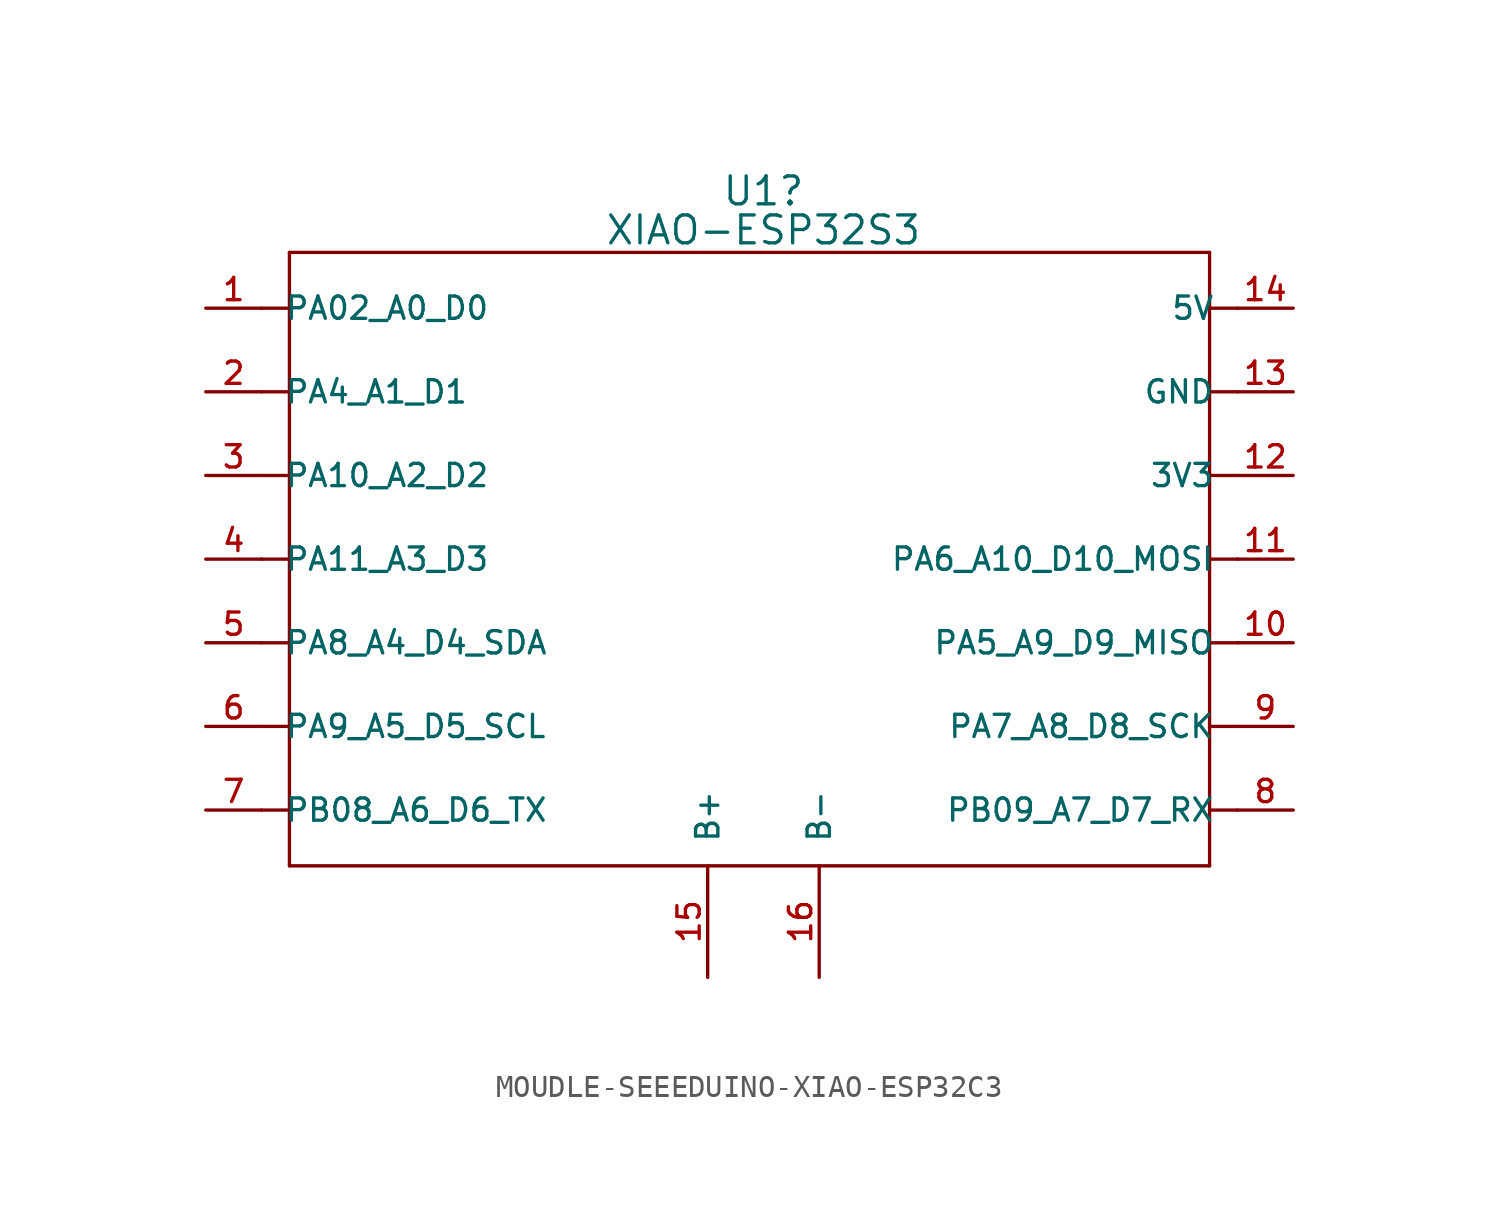
<source format=kicad_sym>
(kicad_symbol_lib
  (version 20231120)
  (generator "kicad_symbol_editor")
  (generator_version "8.0")
  (symbol "MOUDLE-SEEEDUINO-XIAO-ESP32C3"
    (pin_names
      (offset 1.016))
    (property "Reference" "U1"
      (at 0 16.764 0)
      (effects (font (size 1.27 1.27))))
    (property "Value" "XIAO-ESP32S3"
      (at 0 14.986 0)
      (effects (font (size 1.27 1.27))))
    (symbol "MOUDLE-SEEEDUINO-XIAO-ESP32C3_0_0"
      (polyline (pts (xy -21.59 -13.97) (xy -21.59 0)) (stroke (width 0.152) (type default)) (fill (type none)))
      (polyline (pts (xy -21.59 -11.43) (xy -22.86 -11.43)) (stroke (width 0.152) (type default)) (fill (type none)))
      (polyline (pts (xy -21.59 -7.62) (xy -22.86 -7.62)) (stroke (width 0.152) (type default)) (fill (type none)))
      (polyline (pts (xy -21.59 -3.81) (xy -22.86 -3.81)) (stroke (width 0.152) (type default)) (fill (type none)))
      (polyline (pts (xy -21.59 0) (xy -22.86 0)) (stroke (width 0.152) (type default)) (fill (type none)))
      (polyline (pts (xy -21.59 0) (xy -21.59 3.81)) (stroke (width 0.152) (type default)) (fill (type none)))
      (polyline (pts (xy -21.59 3.81) (xy -22.86 3.81)) (stroke (width 0.152) (type default)) (fill (type none)))
      (polyline (pts (xy -21.59 3.81) (xy -21.59 7.62)) (stroke (width 0.152) (type default)) (fill (type none)))
      (polyline (pts (xy -21.59 7.62) (xy -22.86 7.62)) (stroke (width 0.152) (type default)) (fill (type none)))
      (polyline (pts (xy -21.59 7.62) (xy -21.59 11.43)) (stroke (width 0.152) (type default)) (fill (type none)))
      (polyline (pts (xy -21.59 11.43) (xy -22.86 11.43)) (stroke (width 0.152) (type default)) (fill (type none)))
      (polyline (pts (xy -21.59 11.43) (xy -21.59 13.97)) (stroke (width 0.152) (type default)) (fill (type none)))
      (polyline (pts (xy -21.59 13.97) (xy 20.32 13.97)) (stroke (width 0.152) (type default)) (fill (type none)))
      (polyline (pts (xy 20.32 -13.97) (xy -21.59 -13.97)) (stroke (width 0.152) (type default)) (fill (type none)))
      (polyline (pts (xy 20.32 3.81) (xy 20.32 -13.97)) (stroke (width 0.152) (type default)) (fill (type none)))
      (polyline (pts (xy 20.32 7.62) (xy 20.32 3.81)) (stroke (width 0.152) (type default)) (fill (type none)))
      (polyline (pts (xy 20.32 11.43) (xy 20.32 7.62)) (stroke (width 0.152) (type default)) (fill (type none)))
      (polyline (pts (xy 20.32 13.97) (xy 20.32 11.43)) (stroke (width 0.152) (type default)) (fill (type none)))
      (polyline (pts (xy 21.59 -11.43) (xy 20.32 -11.43)) (stroke (width 0.152) (type default)) (fill (type none)))
      (polyline (pts (xy 21.59 -7.62) (xy 20.32 -7.62)) (stroke (width 0.152) (type default)) (fill (type none)))
      (polyline (pts (xy 21.59 -3.81) (xy 20.32 -3.81)) (stroke (width 0.152) (type default)) (fill (type none)))
      (polyline (pts (xy 21.59 0) (xy 20.32 0)) (stroke (width 0.152) (type default)) (fill (type none)))
      (polyline (pts (xy 21.59 3.81) (xy 20.32 3.81)) (stroke (width 0.152) (type default)) (fill (type none)))
      (polyline (pts (xy 21.59 7.62) (xy 20.32 7.62)) (stroke (width 0.152) (type default)) (fill (type none)))
      (polyline (pts (xy 21.59 11.43) (xy 20.32 11.43)) (stroke (width 0.152) (type default)) (fill (type none)))
      (pin bidirectional line (at -25.4 11.43 0) (length 2.54) (name "PA02_A0_D0" (effects (font (size 1.016 1.016)))) (number "1" (effects (font (size 1.016 1.016)))))
      (pin bidirectional line (at 24.13 -3.81 180) (length 2.54) (name "PA5_A9_D9_MISO" (effects (font (size 1.016 1.016)))) (number "10" (effects (font (size 1.016 1.016)))))
      (pin bidirectional line (at 24.13 0 180) (length 2.54) (name "PA6_A10_D10_MOSI" (effects (font (size 1.016 1.016)))) (number "11" (effects (font (size 1.016 1.016)))))
      (pin bidirectional line (at 24.13 3.81 180) (length 2.54) (name "3V3" (effects (font (size 1.016 1.016)))) (number "12" (effects (font (size 1.016 1.016)))))
      (pin bidirectional line (at 24.13 7.62 180) (length 2.54) (name "GND" (effects (font (size 1.016 1.016)))) (number "13" (effects (font (size 1.016 1.016)))))
      (pin bidirectional line (at 24.13 11.43 180) (length 2.54) (name "5V" (effects (font (size 1.016 1.016)))) (number "14" (effects (font (size 1.016 1.016)))))
      (pin bidirectional line (at -25.4 7.62 0) (length 2.54) (name "PA4_A1_D1" (effects (font (size 1.016 1.016)))) (number "2" (effects (font (size 1.016 1.016)))))
      (pin bidirectional line (at -25.4 3.81 0) (length 2.54) (name "PA10_A2_D2" (effects (font (size 1.016 1.016)))) (number "3" (effects (font (size 1.016 1.016)))))
      (pin bidirectional line (at -25.4 0 0) (length 2.54) (name "PA11_A3_D3" (effects (font (size 1.016 1.016)))) (number "4" (effects (font (size 1.016 1.016)))))
      (pin bidirectional line (at -25.4 -3.81 0) (length 2.54) (name "PA8_A4_D4_SDA" (effects (font (size 1.016 1.016)))) (number "5" (effects (font (size 1.016 1.016)))))
      (pin bidirectional line (at -25.4 -7.62 0) (length 2.54) (name "PA9_A5_D5_SCL" (effects (font (size 1.016 1.016)))) (number "6" (effects (font (size 1.016 1.016)))))
      (pin bidirectional line (at -25.4 -11.43 0) (length 2.54) (name "PB08_A6_D6_TX" (effects (font (size 1.016 1.016)))) (number "7" (effects (font (size 1.016 1.016)))))
      (pin bidirectional line (at 24.13 -11.43 180) (length 2.54) (name "PB09_A7_D7_RX" (effects (font (size 1.016 1.016)))) (number "8" (effects (font (size 1.016 1.016)))))
      (pin bidirectional line (at 24.13 -7.62 180) (length 2.54) (name "PA7_A8_D8_SCK" (effects (font (size 1.016 1.016)))) (number "9" (effects (font (size 1.016 1.016))))))
    (symbol "MOUDLE-SEEEDUINO-XIAO-ESP32C3_1_1"
      (pin input line (at -2.54 -19.05 90) (length 5.08) (name "B+" (effects (font (size 1.016 1.016)))) (number "15" (effects (font (size 1.016 1.016)))))
      (pin input line (at 2.54 -19.05 90) (length 5.08) (name "B-" (effects (font (size 1.016 1.016)))) (number "16" (effects (font (size 1.016 1.016))))))))
</source>
